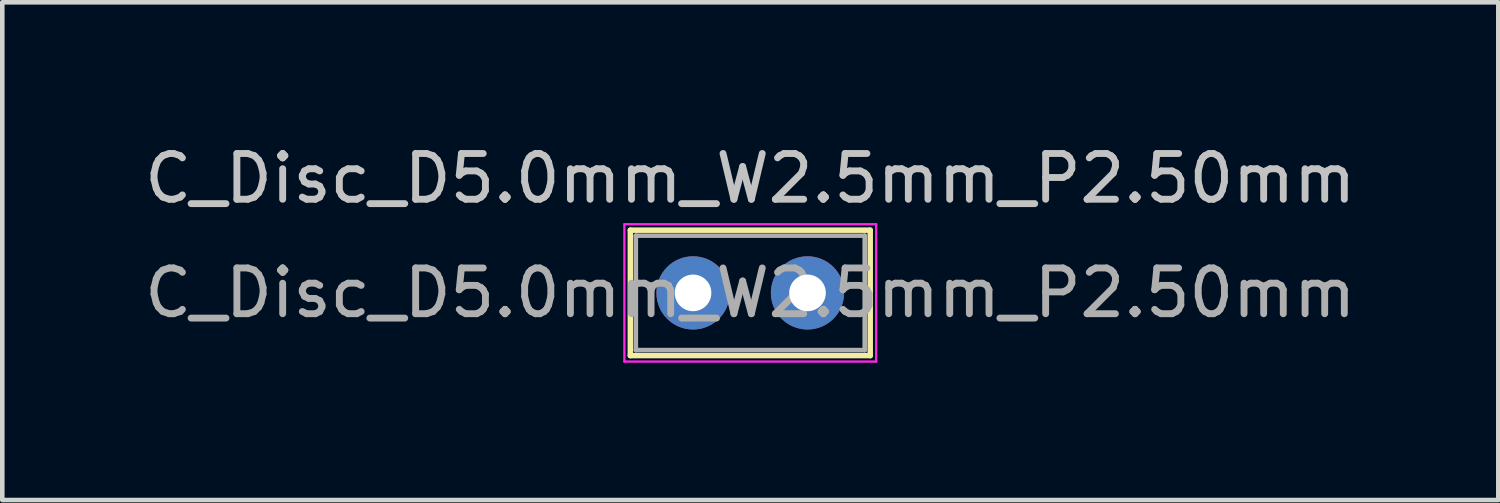
<source format=kicad_pcb>
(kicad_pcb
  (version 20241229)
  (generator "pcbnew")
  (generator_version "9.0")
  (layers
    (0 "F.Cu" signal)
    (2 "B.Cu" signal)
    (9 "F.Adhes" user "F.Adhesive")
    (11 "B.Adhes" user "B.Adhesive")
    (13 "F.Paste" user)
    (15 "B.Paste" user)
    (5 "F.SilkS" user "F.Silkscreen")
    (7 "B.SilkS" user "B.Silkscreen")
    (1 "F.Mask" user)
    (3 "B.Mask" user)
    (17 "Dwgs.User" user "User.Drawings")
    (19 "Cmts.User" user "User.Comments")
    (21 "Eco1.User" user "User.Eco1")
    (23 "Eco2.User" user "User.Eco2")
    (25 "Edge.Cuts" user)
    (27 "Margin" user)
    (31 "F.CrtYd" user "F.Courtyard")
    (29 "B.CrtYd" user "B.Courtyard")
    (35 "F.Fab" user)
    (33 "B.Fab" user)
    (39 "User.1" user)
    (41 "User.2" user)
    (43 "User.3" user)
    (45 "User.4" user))
  (footprint "C_Disc_D5.0mm_W2.5mm_P2.50mm"
    (layer "F.Cu")
    (at 12.089 3.348)
    (property "Reference" "C_Disc_D5.0mm_W2.5mm_P2.50mm" (at 1.25 -2.5 0) (layer "Dwgs.User") (effects (font (size 1 1) (thickness 0.15))))
    (attr through_hole)
    (fp_line (start -1.37 -1.37) (end -1.37 1.37) (stroke (width 0.12) (type solid)) (layer "F.SilkS"))
    (fp_line (start -1.37 -1.37) (end 3.87 -1.37) (stroke (width 0.12) (type solid)) (layer "F.SilkS"))
    (fp_line (start -1.37 1.37) (end 3.87 1.37) (stroke (width 0.12) (type solid)) (layer "F.SilkS"))
    (fp_line (start 3.87 -1.37) (end 3.87 1.37) (stroke (width 0.12) (type solid)) (layer "F.SilkS"))
    (fp_line (start -1.5 -1.5) (end -1.5 1.5) (stroke (width 0.05) (type solid)) (layer "F.CrtYd"))
    (fp_line (start -1.5 1.5) (end 4 1.5) (stroke (width 0.05) (type solid)) (layer "F.CrtYd"))
    (fp_line (start 4 -1.5) (end -1.5 -1.5) (stroke (width 0.05) (type solid)) (layer "F.CrtYd"))
    (fp_line (start 4 1.5) (end 4 -1.5) (stroke (width 0.05) (type solid)) (layer "F.CrtYd"))
    (fp_line (start -1.25 -1.25) (end -1.25 1.25) (stroke (width 0.1) (type solid)) (layer "F.Fab"))
    (fp_line (start -1.25 1.25) (end 3.75 1.25) (stroke (width 0.1) (type solid)) (layer "F.Fab"))
    (fp_line (start 3.75 -1.25) (end -1.25 -1.25) (stroke (width 0.1) (type solid)) (layer "F.Fab"))
    (fp_line (start 3.75 1.25) (end 3.75 -1.25) (stroke (width 0.1) (type solid)) (layer "F.Fab"))
    (fp_text user "${REFERENCE}" (at 1.25 0 0) (layer "F.Fab") (effects (font (size 1 1) (thickness 0.15))))
    (pad "1" thru_hole circle (at 0 0) (size 1.6 1.6) (drill 0.8) (layers "*.Cu" "*.Mask"))
    (pad "2" thru_hole circle (at 2.5 0) (size 1.6 1.6) (drill 0.8) (layers "*.Cu" "*.Mask")))
  (gr_rect
    (start -3 -3)
    (end 29.679 7.873)
    (stroke (width 0.1) (type default))
    (fill no)
    (layer "Edge.Cuts")))
</source>
